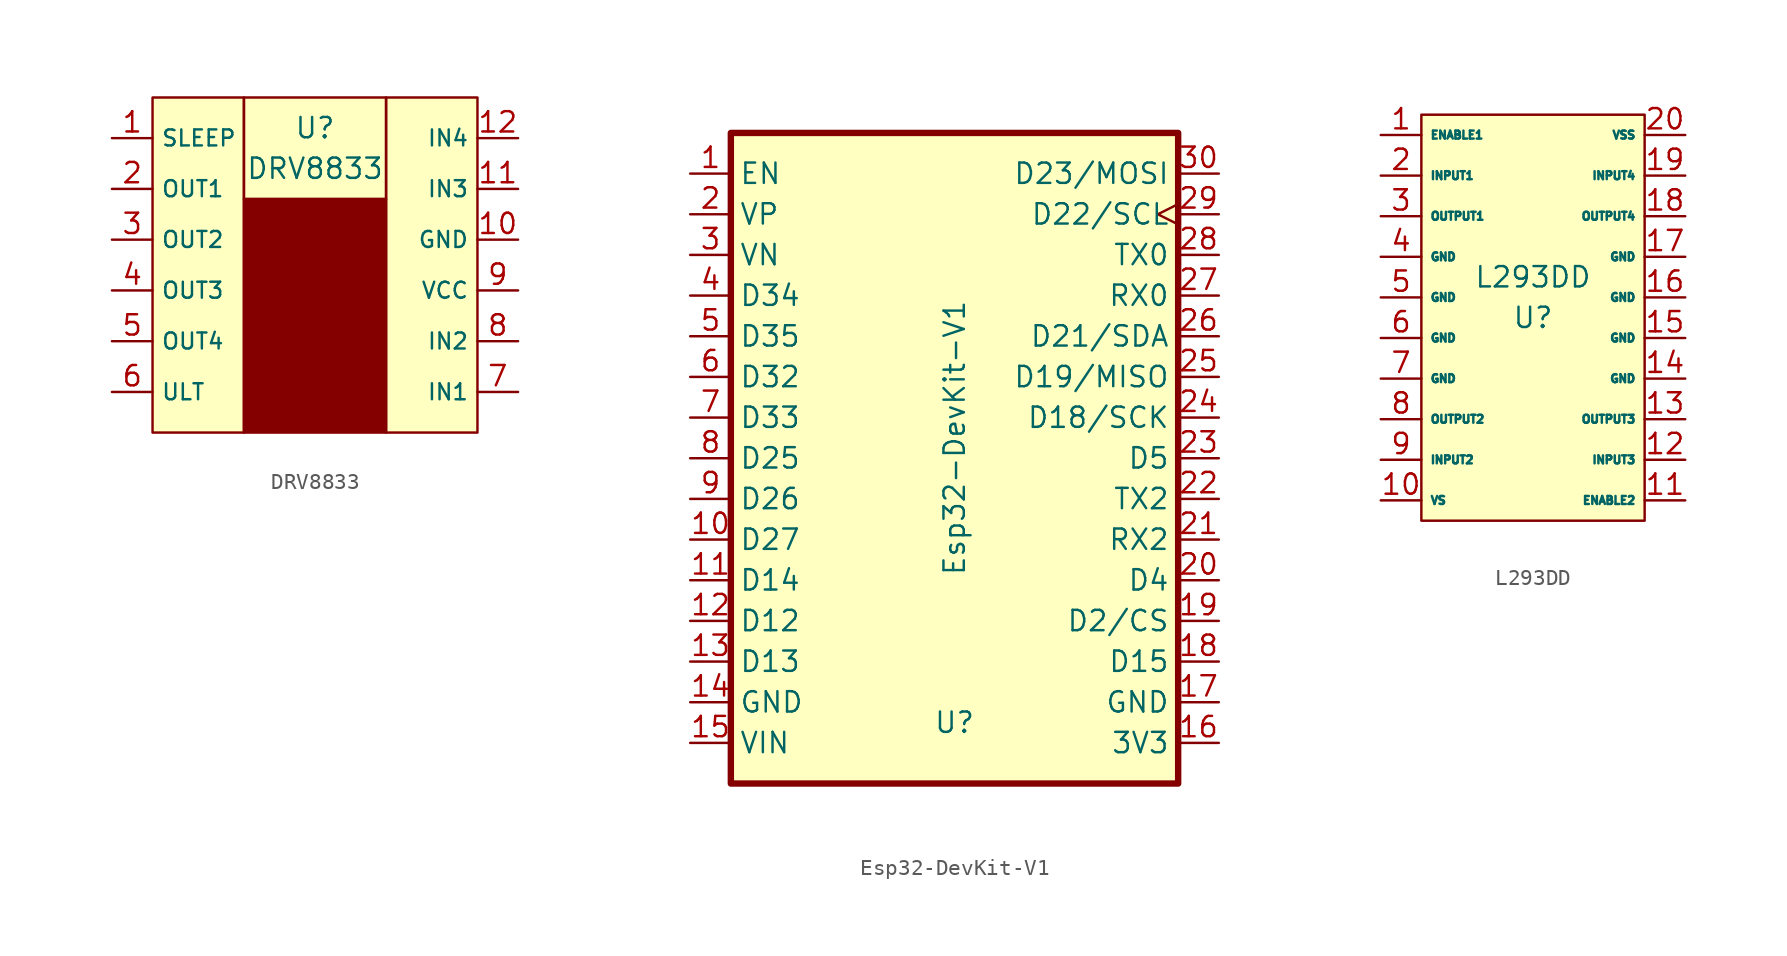
<source format=kicad_sym>
(kicad_symbol_lib
  (version 20211014)
  (generator kicad_symbol_editor)
  (symbol "DRV8833"
    (property "Reference" "U"
      (at 0 8.255 0)
      (effects (font (size 1.27 1.27))))
    (property "Value" "DRV8833"
      (at 0 5.715 0)
      (effects (font (size 1.27 1.27))))
    (symbol "DRV8833_0_1"
      (rectangle (start -10.16 10.16) (end -4.445 -10.795) (stroke (width 0) (type default) (color 0 0 0 0)) (fill (type background)))
      (rectangle (start -4.445 3.81) (end 4.445 -10.795) (stroke (width 0) (type default) (color 0 0 0 0)) (fill (type outline)))
      (rectangle (start -4.445 10.16) (end 4.445 3.81) (stroke (width 0) (type default) (color 0 0 0 0)) (fill (type background)))
      (rectangle (start 4.445 10.16) (end 10.16 -10.795) (stroke (width 0) (type default) (color 0 0 0 0)) (fill (type background))))
    (symbol "DRV8833_1_1"
      (pin input line (at -12.7 7.62 0) (length 2.54) (name "SLEEP" (effects (font (size 1 1)))) (number "1" (effects (font (size 1.27 1.27)))))
      (pin power_in line (at 12.7 1.27 180) (length 2.54) (name "GND" (effects (font (size 1 1)))) (number "10" (effects (font (size 1.27 1.27)))))
      (pin input line (at 12.7 4.445 180) (length 2.54) (name "IN3" (effects (font (size 1 1)))) (number "11" (effects (font (size 1.27 1.27)))))
      (pin input line (at 12.7 7.62 180) (length 2.54) (name "IN4" (effects (font (size 1 1)))) (number "12" (effects (font (size 1.27 1.27)))))
      (pin power_out line (at -12.7 4.445 0) (length 2.54) (name "OUT1" (effects (font (size 1 1)))) (number "2" (effects (font (size 1.27 1.27)))))
      (pin power_out line (at -12.7 1.27 0) (length 2.54) (name "OUT2" (effects (font (size 1 1)))) (number "3" (effects (font (size 1.27 1.27)))))
      (pin power_out line (at -12.7 -1.905 0) (length 2.54) (name "OUT3" (effects (font (size 1 1)))) (number "4" (effects (font (size 1.27 1.27)))))
      (pin power_out line (at -12.7 -5.08 0) (length 2.54) (name "OUT4" (effects (font (size 1 1)))) (number "5" (effects (font (size 1.27 1.27)))))
      (pin output line (at -12.7 -8.255 0) (length 2.54) (name "ULT" (effects (font (size 1 1)))) (number "6" (effects (font (size 1.27 1.27)))))
      (pin input line (at 12.7 -8.255 180) (length 2.54) (name "IN1" (effects (font (size 1 1)))) (number "7" (effects (font (size 1.27 1.27)))))
      (pin input line (at 12.7 -5.08 180) (length 2.54) (name "IN2" (effects (font (size 1 1)))) (number "8" (effects (font (size 1.27 1.27)))))
      (pin power_in line (at 12.7 -1.905 180) (length 2.54) (name "VCC" (effects (font (size 1 1)))) (number "9" (effects (font (size 1.27 1.27)))))))
  (symbol "Esp32-DevKit-V1"
    (property "Reference" "U"
      (at 0 -17.78 0)
      (effects (font (size 1.27 1.27))))
    (property "Value" "Esp32-DevKit-V1"
      (at 0 0 90)
      (effects (font (size 1.27 1.27))))
    (symbol "Esp32-DevKit-V1_0_0"
      (pin unspecified line (at -16.51 16.51 0) (length 2.54) (name "EN" (effects (font (size 1.27 1.27)))) (number "1" (effects (font (size 1.27 1.27)))))
      (pin unspecified line (at -16.51 -6.35 0) (length 2.54) (name "D27" (effects (font (size 1.27 1.27)))) (number "10" (effects (font (size 1.27 1.27)))))
      (pin unspecified line (at -16.51 -8.89 0) (length 2.54) (name "D14" (effects (font (size 1.27 1.27)))) (number "11" (effects (font (size 1.27 1.27)))))
      (pin unspecified line (at -16.51 -11.43 0) (length 2.54) (name "D12" (effects (font (size 1.27 1.27)))) (number "12" (effects (font (size 1.27 1.27)))))
      (pin unspecified line (at -16.51 -13.97 0) (length 2.54) (name "D13" (effects (font (size 1.27 1.27)))) (number "13" (effects (font (size 1.27 1.27)))))
      (pin power_out line (at -16.51 -16.51 0) (length 2.54) (name "GND" (effects (font (size 1.27 1.27)))) (number "14" (effects (font (size 1.27 1.27)))))
      (pin power_in line (at -16.51 -19.05 0) (length 2.54) (name "VIN" (effects (font (size 1.27 1.27)))) (number "15" (effects (font (size 1.27 1.27)))))
      (pin power_out line (at 16.51 -19.05 180) (length 2.54) (name "3V3" (effects (font (size 1.27 1.27)))) (number "16" (effects (font (size 1.27 1.27)))))
      (pin power_out line (at 16.51 -16.51 180) (length 2.54) (name "GND" (effects (font (size 1.27 1.27)))) (number "17" (effects (font (size 1.27 1.27)))))
      (pin unspecified line (at 16.51 -13.97 180) (length 2.54) (name "D15" (effects (font (size 1.27 1.27)))) (number "18" (effects (font (size 1.27 1.27)))))
      (pin unspecified line (at 16.51 -11.43 180) (length 2.54) (name "D2/CS" (effects (font (size 1.27 1.27)))) (number "19" (effects (font (size 1.27 1.27)))))
      (pin unspecified line (at -16.51 13.97 0) (length 2.54) (name "VP" (effects (font (size 1.27 1.27)))) (number "2" (effects (font (size 1.27 1.27)))))
      (pin unspecified line (at 16.51 -8.89 180) (length 2.54) (name "D4" (effects (font (size 1.27 1.27)))) (number "20" (effects (font (size 1.27 1.27)))))
      (pin unspecified line (at 16.51 -6.35 180) (length 2.54) (name "RX2" (effects (font (size 1.27 1.27)))) (number "21" (effects (font (size 1.27 1.27)))))
      (pin unspecified line (at 16.51 -3.81 180) (length 2.54) (name "TX2" (effects (font (size 1.27 1.27)))) (number "22" (effects (font (size 1.27 1.27)))))
      (pin unspecified line (at 16.51 -1.27 180) (length 2.54) (name "D5" (effects (font (size 1.27 1.27)))) (number "23" (effects (font (size 1.27 1.27)))))
      (pin unspecified line (at 16.51 1.27 180) (length 2.54) (name "D18/SCK" (effects (font (size 1.27 1.27)))) (number "24" (effects (font (size 1.27 1.27)))))
      (pin unspecified line (at 16.51 3.81 180) (length 2.54) (name "D19/MISO" (effects (font (size 1.27 1.27)))) (number "25" (effects (font (size 1.27 1.27)))))
      (pin bidirectional line (at 16.51 6.35 180) (length 2.54) (name "D21/SDA" (effects (font (size 1.27 1.27)))) (number "26" (effects (font (size 1.27 1.27)))))
      (pin unspecified line (at 16.51 8.89 180) (length 2.54) (name "RX0" (effects (font (size 1.27 1.27)))) (number "27" (effects (font (size 1.27 1.27)))))
      (pin unspecified line (at 16.51 11.43 180) (length 2.54) (name "TX0" (effects (font (size 1.27 1.27)))) (number "28" (effects (font (size 1.27 1.27)))))
      (pin bidirectional clock (at 16.51 13.97 180) (length 2.54) (name "D22/SCL" (effects (font (size 1.27 1.27)))) (number "29" (effects (font (size 1.27 1.27)))))
      (pin unspecified line (at -16.51 11.43 0) (length 2.54) (name "VN" (effects (font (size 1.27 1.27)))) (number "3" (effects (font (size 1.27 1.27)))))
      (pin unspecified line (at 16.51 16.51 180) (length 2.54) (name "D23/MOSI" (effects (font (size 1.27 1.27)))) (number "30" (effects (font (size 1.27 1.27)))))
      (pin unspecified line (at -16.51 8.89 0) (length 2.54) (name "D34" (effects (font (size 1.27 1.27)))) (number "4" (effects (font (size 1.27 1.27)))))
      (pin unspecified line (at -16.51 6.35 0) (length 2.54) (name "D35" (effects (font (size 1.27 1.27)))) (number "5" (effects (font (size 1.27 1.27)))))
      (pin unspecified line (at -16.51 3.81 0) (length 2.54) (name "D32" (effects (font (size 1.27 1.27)))) (number "6" (effects (font (size 1.27 1.27)))))
      (pin unspecified line (at -16.51 1.27 0) (length 2.54) (name "D33" (effects (font (size 1.27 1.27)))) (number "7" (effects (font (size 1.27 1.27)))))
      (pin unspecified line (at -16.51 -1.27 0) (length 2.54) (name "D25" (effects (font (size 1.27 1.27)))) (number "8" (effects (font (size 1.27 1.27)))))
      (pin unspecified line (at -16.51 -3.81 0) (length 2.54) (name "D26" (effects (font (size 1.27 1.27)))) (number "9" (effects (font (size 1.27 1.27))))))
    (symbol "Esp32-DevKit-V1_0_1"
      (rectangle (start -13.97 19.05) (end 13.97 -21.59) (stroke (width 0.4) (type default) (color 0 0 0 0)) (fill (type background)))))
  (symbol "L293DD"
    (property "Reference" "U"
      (at 0 0 0)
      (effects (font (size 1.27 1.27))))
    (property "Value" "L293DD"
      (at 0 2.54 0)
      (effects (font (size 1.27 1.27))))
    (symbol "L293DD_0_1"
      (rectangle (start -6.985 12.7) (end 6.985 -12.7) (stroke (width 0) (type default) (color 0 0 0 0)) (fill (type background))))
    (symbol "L293DD_1_1"
      (pin input line (at -9.525 11.43 0) (length 2.54) (name "ENABLE1" (effects (font (size 0.5 0.5)))) (number "1" (effects (font (size 1.27 1.27)))))
      (pin power_in line (at -9.525 -11.43 0) (length 2.54) (name "VS" (effects (font (size 0.5 0.5)))) (number "10" (effects (font (size 1.27 1.27)))))
      (pin input line (at 9.525 -11.43 180) (length 2.54) (name "ENABLE2" (effects (font (size 0.5 0.5)))) (number "11" (effects (font (size 1.27 1.27)))))
      (pin input line (at 9.525 -8.89 180) (length 2.54) (name "INPUT3" (effects (font (size 0.5 0.5)))) (number "12" (effects (font (size 1.27 1.27)))))
      (pin power_out line (at 9.525 -6.35 180) (length 2.54) (name "OUTPUT3" (effects (font (size 0.5 0.5)))) (number "13" (effects (font (size 1.27 1.27)))))
      (pin power_in line (at 9.525 -3.81 180) (length 2.54) (name "GND" (effects (font (size 0.5 0.5)))) (number "14" (effects (font (size 1.27 1.27)))))
      (pin power_in line (at 9.525 -1.27 180) (length 2.54) (name "GND" (effects (font (size 0.5 0.5)))) (number "15" (effects (font (size 1.27 1.27)))))
      (pin power_in line (at 9.525 1.27 180) (length 2.54) (name "GND" (effects (font (size 0.5 0.5)))) (number "16" (effects (font (size 1.27 1.27)))))
      (pin power_in line (at 9.525 3.81 180) (length 2.54) (name "GND" (effects (font (size 0.5 0.5)))) (number "17" (effects (font (size 1.27 1.27)))))
      (pin power_out line (at 9.525 6.35 180) (length 2.54) (name "OUTPUT4" (effects (font (size 0.5 0.5)))) (number "18" (effects (font (size 1.27 1.27)))))
      (pin input line (at 9.525 8.89 180) (length 2.54) (name "INPUT4" (effects (font (size 0.5 0.5)))) (number "19" (effects (font (size 1.27 1.27)))))
      (pin input line (at -9.525 8.89 0) (length 2.54) (name "INPUT1" (effects (font (size 0.5 0.5)))) (number "2" (effects (font (size 1.27 1.27)))))
      (pin power_in line (at 9.525 11.43 180) (length 2.54) (name "VSS" (effects (font (size 0.5 0.5)))) (number "20" (effects (font (size 1.27 1.27)))))
      (pin power_out line (at -9.525 6.35 0) (length 2.54) (name "OUTPUT1" (effects (font (size 0.5 0.5)))) (number "3" (effects (font (size 1.27 1.27)))))
      (pin power_in line (at -9.525 3.81 0) (length 2.54) (name "GND" (effects (font (size 0.5 0.5)))) (number "4" (effects (font (size 1.27 1.27)))))
      (pin power_in line (at -9.525 1.27 0) (length 2.54) (name "GND" (effects (font (size 0.5 0.5)))) (number "5" (effects (font (size 1.27 1.27)))))
      (pin power_in line (at -9.525 -1.27 0) (length 2.54) (name "GND" (effects (font (size 0.5 0.5)))) (number "6" (effects (font (size 1.27 1.27)))))
      (pin power_in line (at -9.525 -3.81 0) (length 2.54) (name "GND" (effects (font (size 0.5 0.5)))) (number "7" (effects (font (size 1.27 1.27)))))
      (pin power_out line (at -9.525 -6.35 0) (length 2.54) (name "OUTPUT2" (effects (font (size 0.5 0.5)))) (number "8" (effects (font (size 1.27 1.27)))))
      (pin input line (at -9.525 -8.89 0) (length 2.54) (name "INPUT2" (effects (font (size 0.5 0.5)))) (number "9" (effects (font (size 1.27 1.27))))))))
</source>
